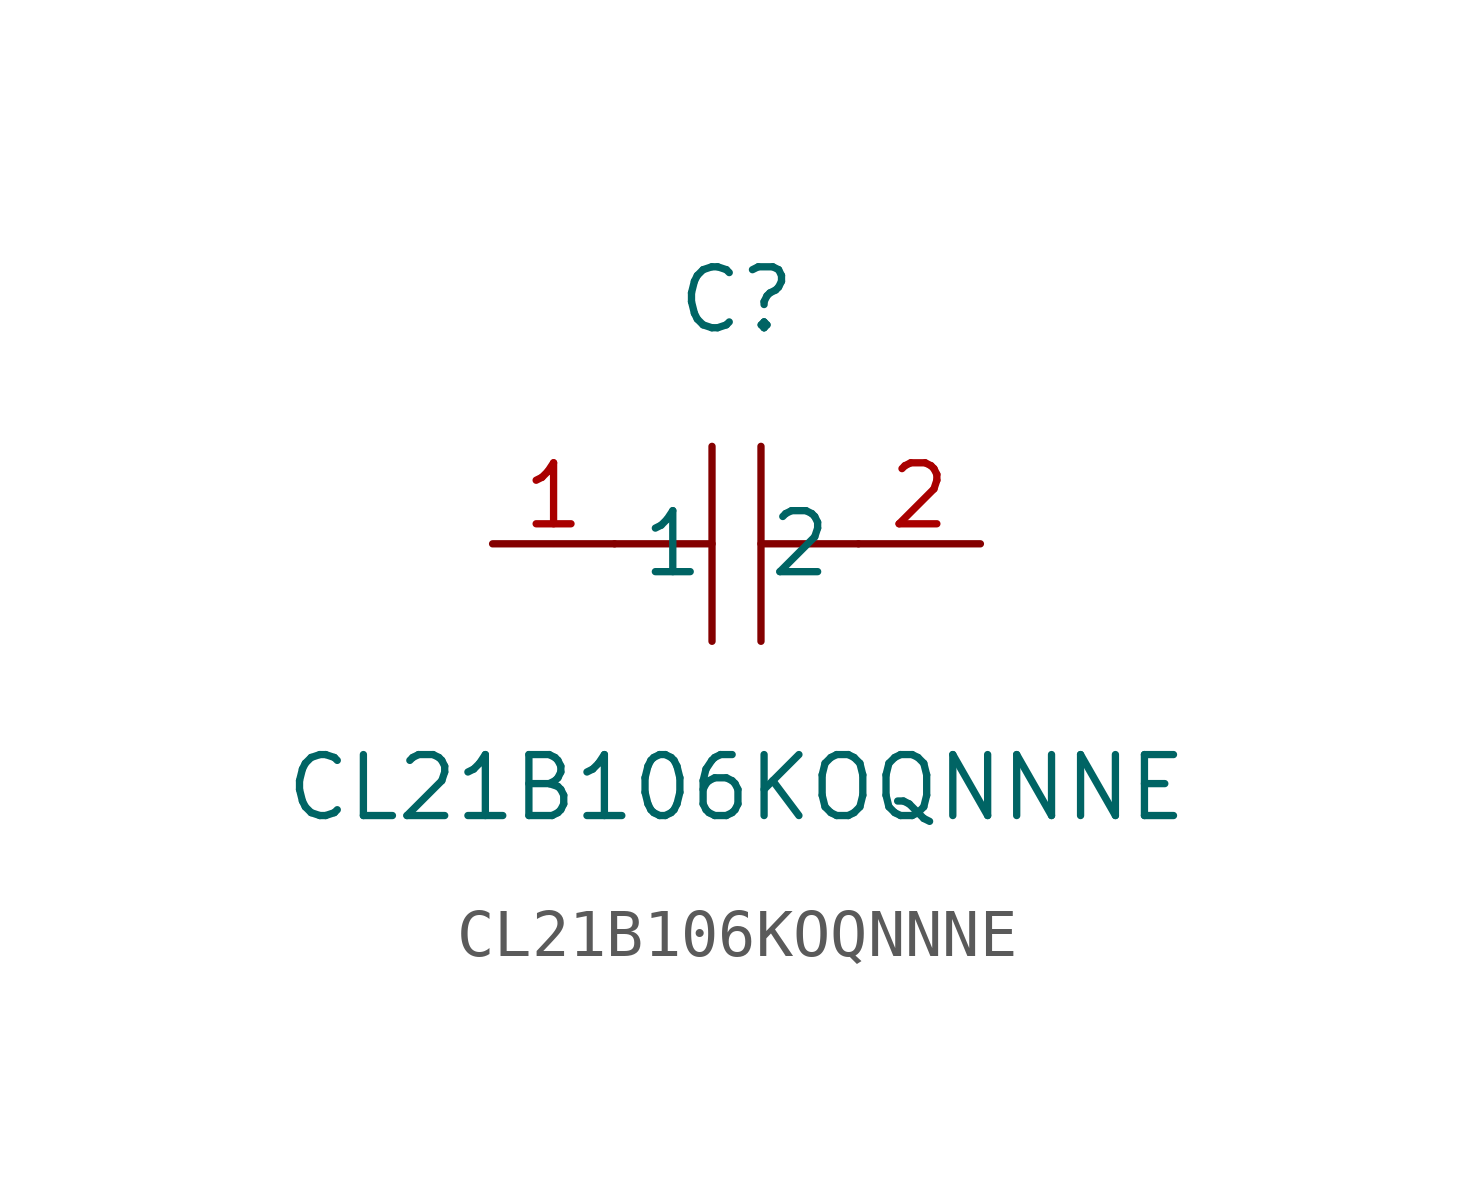
<source format=kicad_sym>
(kicad_symbol_lib
  (version 1)
  (generator "faebryk")
  (symbol "CL21B106KOQNNNE"
    (property "Reference" "C"
      (at 0 5.08 0)
      (effects (font (size 1.27 1.27)) (hide no)))
    (property "Value" "CL21B106KOQNNNE"
      (at 0 -5.08 0)
      (effects (font (size 1.27 1.27)) (hide no)))
    (symbol "CL21B106KOQNNNE_0_1"
      (polyline (stroke (width 0) (type default) (color 0 0 0 0)) (fill (type none)) (pts (xy -0.51 -2.03) (xy -0.51 2.03)))
      (polyline (stroke (width 0) (type default) (color 0 0 0 0)) (fill (type none)) (pts (xy 2.54 0) (xy 0.51 0)))
      (polyline (stroke (width 0) (type default) (color 0 0 0 0)) (fill (type none)) (pts (xy 0.51 2.03) (xy 0.51 -2.03)))
      (polyline (stroke (width 0) (type default) (color 0 0 0 0)) (fill (type none)) (pts (xy -0.51 0) (xy -2.54 0)))
      (pin unspecified line (at -5.08 0 0) (length 2.54) (name "1" (effects (font (size 1.27 1.27)) (hide no))) (number "1" (effects (font (size 1.27 1.27)) (hide no))))
      (pin unspecified line (at 5.08 0 180) (length 2.54) (name "2" (effects (font (size 1.27 1.27)) (hide no))) (number "2" (effects (font (size 1.27 1.27)) (hide no)))))))
</source>
